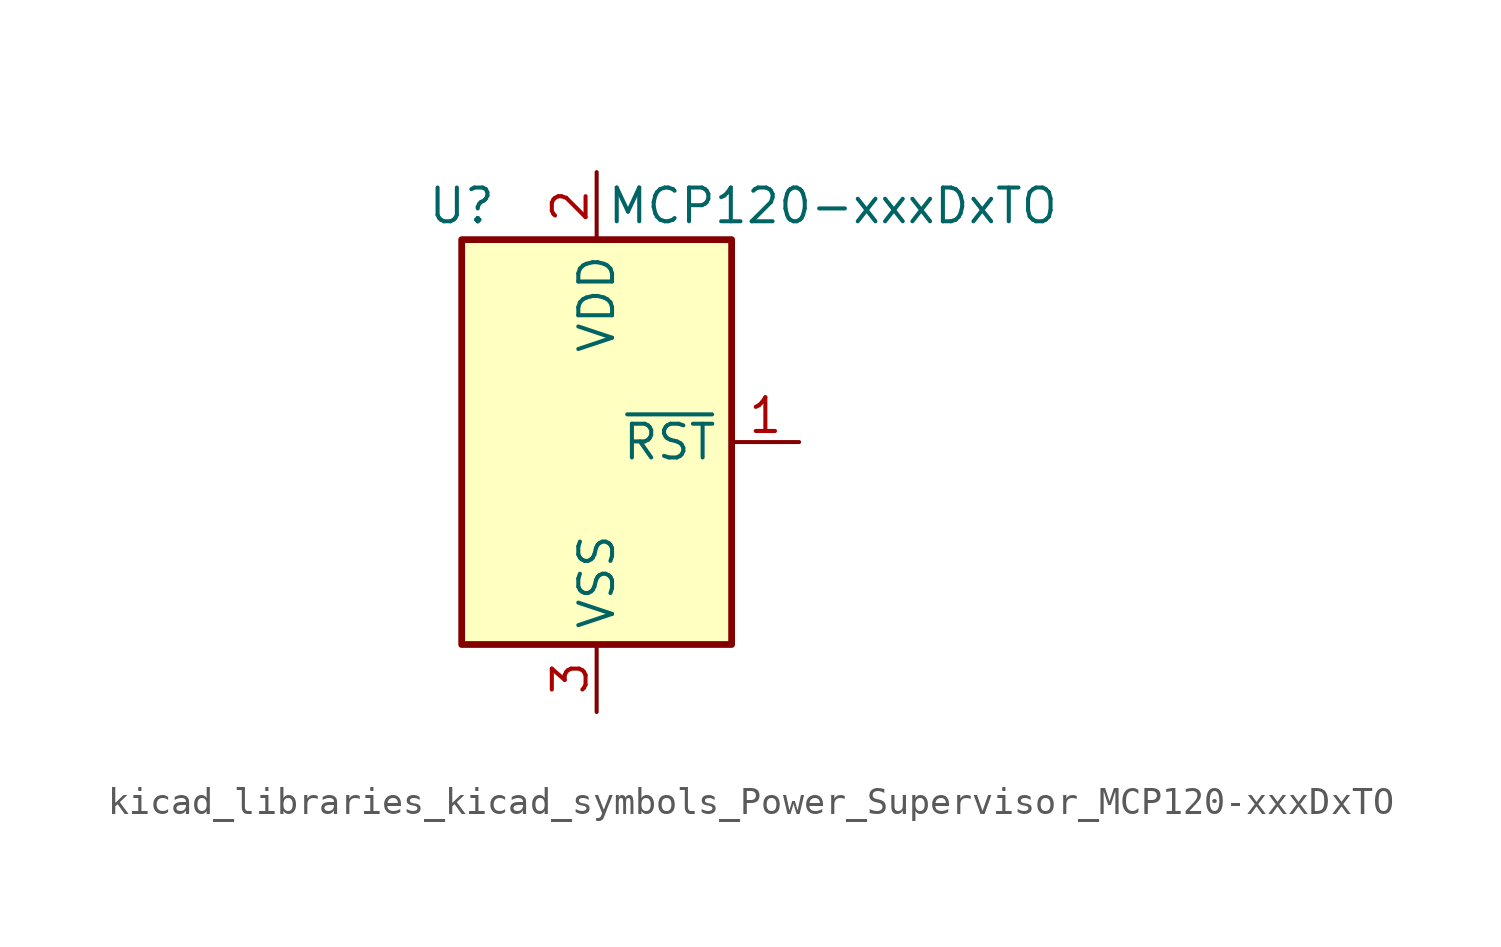
<source format=kicad_sym>
(kicad_symbol_lib
  (version 20220914)
  (generator kicad_symbol_editor)
  (symbol "kicad_libraries_kicad_symbols_Power_Supervisor_MCP120-xxxDxTO"
    (property "Reference" "U"
      (at -5.08 8.89 0)
      (effects (font (size 1.27 1.27))))
    (property "Value" "MCP120-xxxDxTO"
      (at 8.89 8.89 0)
      (effects (font (size 1.27 1.27))))
    (symbol "kicad_libraries_kicad_symbols_Power_Supervisor_MCP120-xxxDxTO_0_1"
      (rectangle (start 5.08 7.62) (end -5.08 -7.62) (stroke (width 0.254) (type default)) (fill (type background)))
      (pin power_in line (at 0 10.16 270) (length 2.54) (name "VDD" (effects (font (size 1.27 1.27)))) (number "2" (effects (font (size 1.27 1.27))))))
    (symbol "kicad_libraries_kicad_symbols_Power_Supervisor_MCP120-xxxDxTO_1_1"
      (pin open_collector line (at 7.62 0 180) (length 2.54) (name "~{RST}" (effects (font (size 1.27 1.27)))) (number "1" (effects (font (size 1.27 1.27)))))
      (pin power_in line (at 0 -10.16 90) (length 2.54) (name "VSS" (effects (font (size 1.27 1.27)))) (number "3" (effects (font (size 1.27 1.27))))))))
</source>
